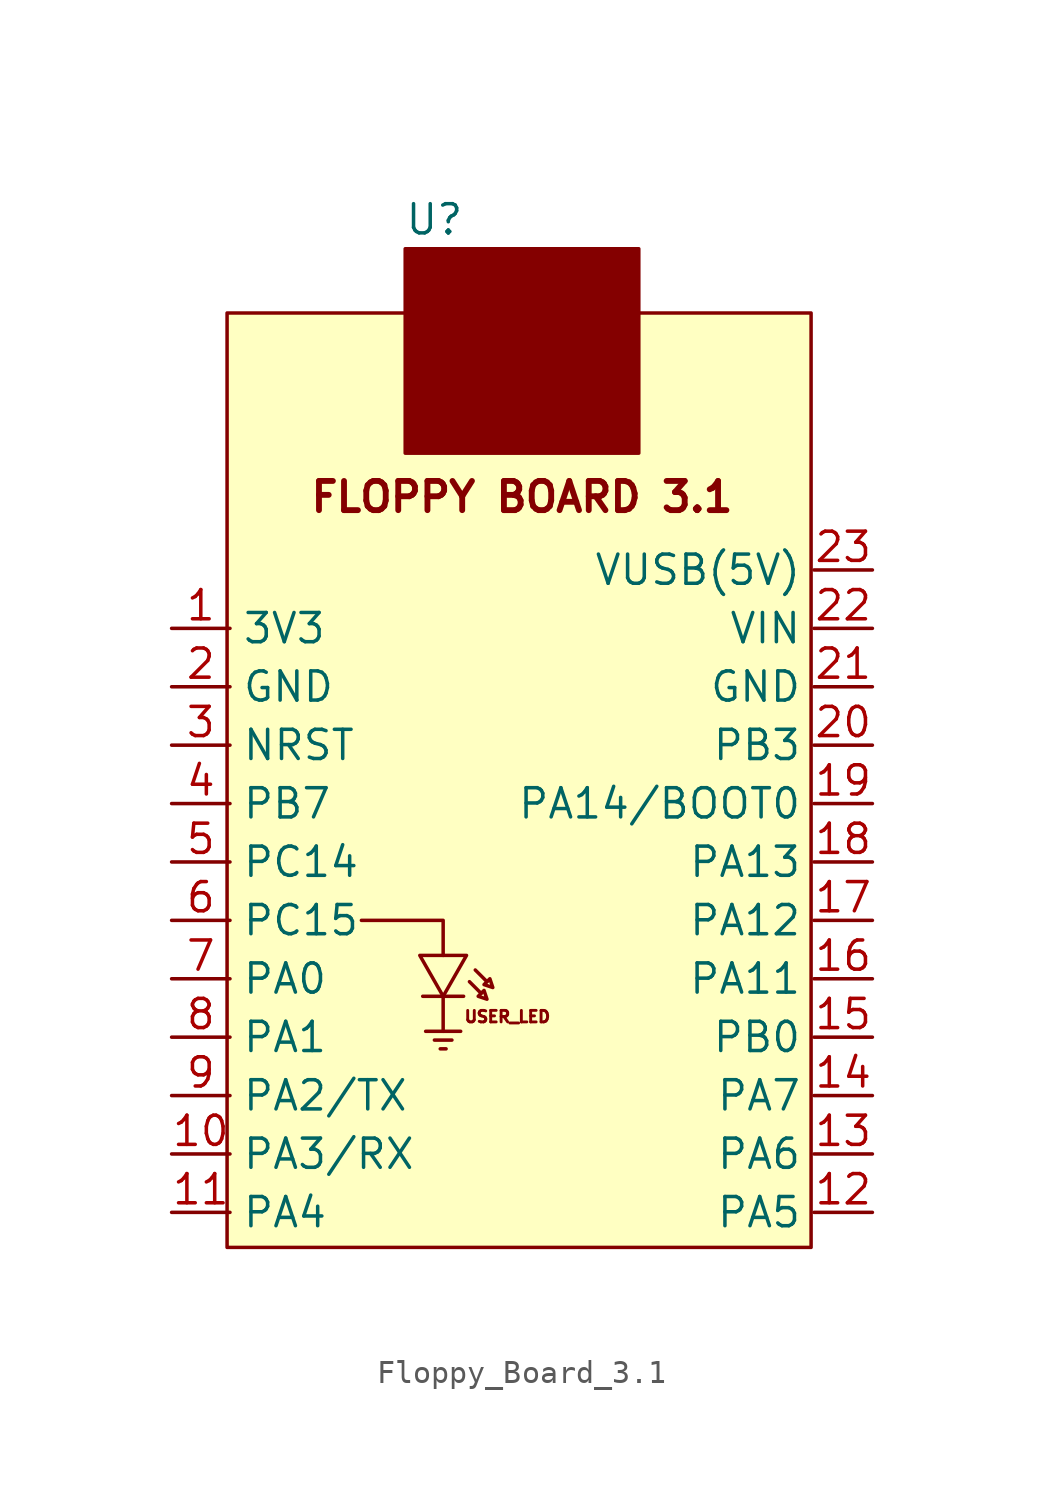
<source format=kicad_sym>
(kicad_symbol_lib
  (version 20220914)
  (generator kicad_symbol_editor)
  (symbol "Floppy_Board_3.1"
    (property "Reference" "U"
      (at -3.81 24.13 0)
      (effects (font (size 1.27 1.27))))
    (symbol "Floppy_Board_3.1_0_1"
      (polyline (pts (xy -4.318 -9.652) (xy -2.54 -9.652)) (stroke (width 0) (type default)) (fill (type none)))
      (polyline (pts (xy -4.191 -11.176) (xy -2.667 -11.176)) (stroke (width 0) (type default)) (fill (type none)))
      (polyline (pts (xy -3.81 -11.557) (xy -3.048 -11.557)) (stroke (width 0) (type default)) (fill (type none)))
      (polyline (pts (xy -3.556 -11.938) (xy -3.302 -11.938)) (stroke (width 0) (type default)) (fill (type none)))
      (polyline (pts (xy -3.429 -9.652) (xy -3.429 -11.176)) (stroke (width 0) (type default)) (fill (type none)))
      (polyline (pts (xy -2.286 -9.017) (xy -1.778 -9.525)) (stroke (width 0) (type default)) (fill (type none)))
      (polyline (pts (xy -2.032 -8.509) (xy -1.524 -9.017)) (stroke (width 0) (type default)) (fill (type none)))
      (polyline (pts (xy -6.985 -6.35) (xy -3.429 -6.35) (xy -3.429 -7.874)) (stroke (width 0) (type default)) (fill (type none)))
      (polyline (pts (xy -3.429 -7.874) (xy -2.413 -7.874) (xy -3.429 -9.652) (xy -4.445 -7.874) (xy -3.429 -7.874)) (stroke (width 0) (type default)) (fill (type none)))
      (polyline (pts (xy -1.778 -9.525) (xy -1.651 -9.398) (xy -1.524 -9.779) (xy -1.905 -9.652) (xy -1.778 -9.525)) (stroke (width 0) (type default)) (fill (type none)))
      (polyline (pts (xy -1.524 -9.017) (xy -1.397 -8.89) (xy -1.27 -9.271) (xy -1.651 -9.144) (xy -1.524 -9.017)) (stroke (width 0) (type default)) (fill (type none))))
    (symbol "Floppy_Board_3.1_1_1"
      (rectangle (start -12.827 20.066) (end 12.573 -20.574) (stroke (width 0) (type default)) (fill (type background)))
      (rectangle (start -5.08 22.86) (end 5.08 13.97) (stroke (width 0) (type default)) (fill (type outline)))
      (text "FLOPPY BOARD 3.1" (at 0 12.065 0) (effects (font (size 1.27 1.27) bold)))
      (text "USER_LED" (at -0.635 -10.541 0) (effects (font (size 0.5 0.5))))
      (pin power_out line (at -15.24 6.35 0) (length 2.54) (name "3V3" (effects (font (size 1.27 1.27)))) (number "1" (effects (font (size 1.27 1.27)))))
      (pin unspecified line (at -15.24 -16.51 0) (length 2.54) (name "PA3/RX" (effects (font (size 1.27 1.27)))) (number "10" (effects (font (size 1.27 1.27)))))
      (pin unspecified line (at -15.24 -19.05 0) (length 2.54) (name "PA4" (effects (font (size 1.27 1.27)))) (number "11" (effects (font (size 1.27 1.27)))))
      (pin unspecified line (at 15.24 -19.05 180) (length 2.54) (name "PA5" (effects (font (size 1.27 1.27)))) (number "12" (effects (font (size 1.27 1.27)))))
      (pin unspecified line (at 15.24 -16.51 180) (length 2.54) (name "PA6" (effects (font (size 1.27 1.27)))) (number "13" (effects (font (size 1.27 1.27)))))
      (pin unspecified line (at 15.24 -13.97 180) (length 2.54) (name "PA7" (effects (font (size 1.27 1.27)))) (number "14" (effects (font (size 1.27 1.27)))))
      (pin unspecified line (at 15.24 -11.43 180) (length 2.54) (name "PB0" (effects (font (size 1.27 1.27)))) (number "15" (effects (font (size 1.27 1.27)))))
      (pin unspecified line (at 15.24 -8.89 180) (length 2.54) (name "PA11" (effects (font (size 1.27 1.27)))) (number "16" (effects (font (size 1.27 1.27)))))
      (pin unspecified line (at 15.24 -6.35 180) (length 2.54) (name "PA12" (effects (font (size 1.27 1.27)))) (number "17" (effects (font (size 1.27 1.27)))))
      (pin unspecified line (at 15.24 -3.81 180) (length 2.54) (name "PA13" (effects (font (size 1.27 1.27)))) (number "18" (effects (font (size 1.27 1.27)))))
      (pin unspecified line (at 15.24 -1.27 180) (length 2.54) (name "PA14/BOOT0" (effects (font (size 1.27 1.27)))) (number "19" (effects (font (size 1.27 1.27)))))
      (pin power_in line (at -15.24 3.81 0) (length 2.54) (name "GND" (effects (font (size 1.27 1.27)))) (number "2" (effects (font (size 1.27 1.27)))))
      (pin unspecified line (at 15.24 1.27 180) (length 2.54) (name "PB3" (effects (font (size 1.27 1.27)))) (number "20" (effects (font (size 1.27 1.27)))))
      (pin power_in line (at 15.24 3.81 180) (length 2.54) (name "GND" (effects (font (size 1.27 1.27)))) (number "21" (effects (font (size 1.27 1.27)))))
      (pin power_in line (at 15.24 6.35 180) (length 2.54) (name "VIN" (effects (font (size 1.27 1.27)))) (number "22" (effects (font (size 1.27 1.27)))))
      (pin power_out line (at 15.24 8.89 180) (length 2.54) (name "VUSB(5V)" (effects (font (size 1.27 1.27)))) (number "23" (effects (font (size 1.27 1.27)))))
      (pin input line (at -15.24 1.27 0) (length 2.54) (name "NRST" (effects (font (size 1.27 1.27)))) (number "3" (effects (font (size 1.27 1.27)))))
      (pin unspecified line (at -15.24 -1.27 0) (length 2.54) (name "PB7" (effects (font (size 1.27 1.27)))) (number "4" (effects (font (size 1.27 1.27)))))
      (pin unspecified line (at -15.24 -3.81 0) (length 2.54) (name "PC14" (effects (font (size 1.27 1.27)))) (number "5" (effects (font (size 1.27 1.27)))))
      (pin unspecified line (at -15.24 -6.35 0) (length 2.54) (name "PC15" (effects (font (size 1.27 1.27)))) (number "6" (effects (font (size 1.27 1.27)))))
      (pin unspecified line (at -15.24 -8.89 0) (length 2.54) (name "PA0" (effects (font (size 1.27 1.27)))) (number "7" (effects (font (size 1.27 1.27)))))
      (pin unspecified line (at -15.24 -11.43 0) (length 2.54) (name "PA1" (effects (font (size 1.27 1.27)))) (number "8" (effects (font (size 1.27 1.27)))))
      (pin unspecified line (at -15.24 -13.97 0) (length 2.54) (name "PA2/TX" (effects (font (size 1.27 1.27)))) (number "9" (effects (font (size 1.27 1.27))))))))
</source>
